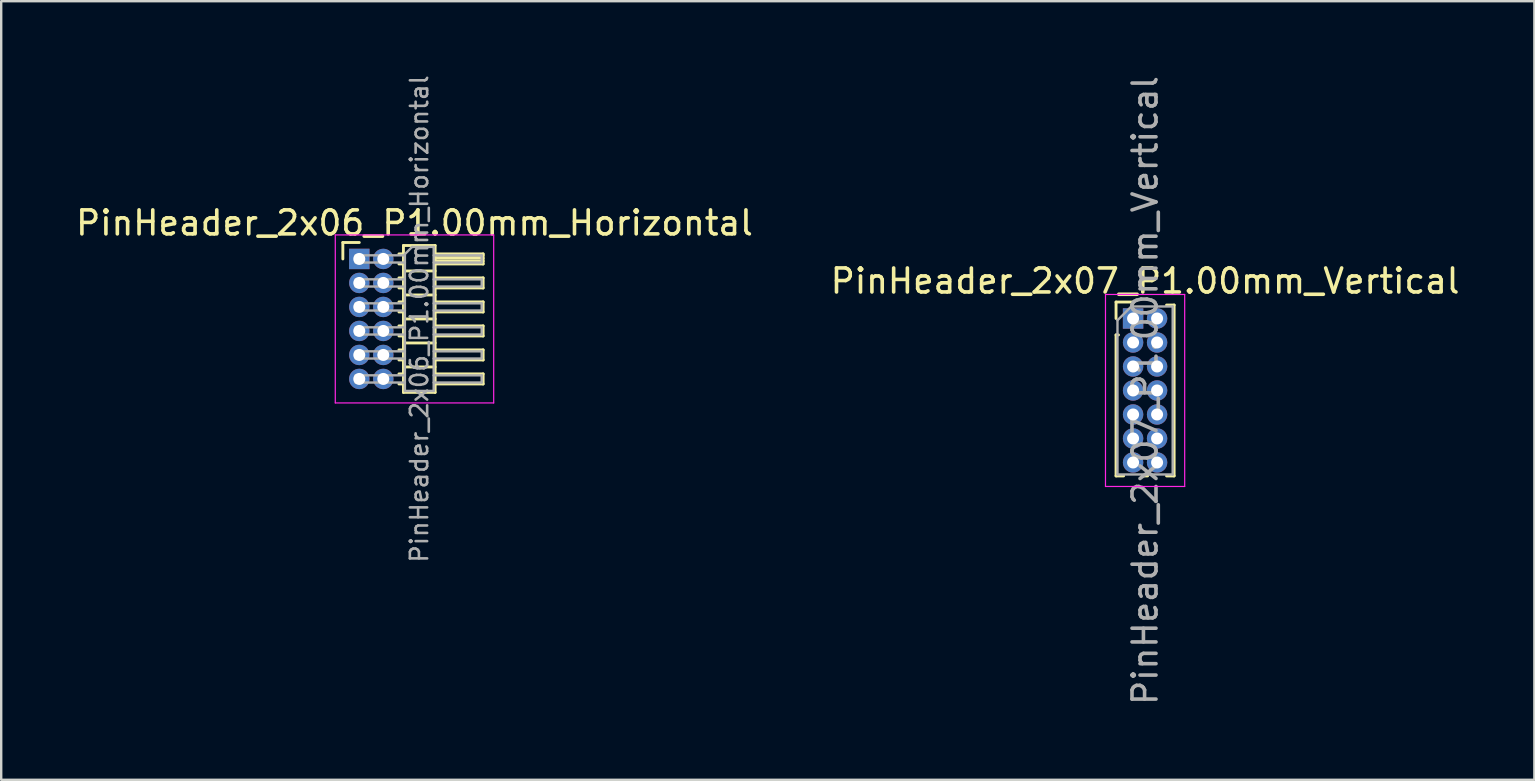
<source format=kicad_pcb>
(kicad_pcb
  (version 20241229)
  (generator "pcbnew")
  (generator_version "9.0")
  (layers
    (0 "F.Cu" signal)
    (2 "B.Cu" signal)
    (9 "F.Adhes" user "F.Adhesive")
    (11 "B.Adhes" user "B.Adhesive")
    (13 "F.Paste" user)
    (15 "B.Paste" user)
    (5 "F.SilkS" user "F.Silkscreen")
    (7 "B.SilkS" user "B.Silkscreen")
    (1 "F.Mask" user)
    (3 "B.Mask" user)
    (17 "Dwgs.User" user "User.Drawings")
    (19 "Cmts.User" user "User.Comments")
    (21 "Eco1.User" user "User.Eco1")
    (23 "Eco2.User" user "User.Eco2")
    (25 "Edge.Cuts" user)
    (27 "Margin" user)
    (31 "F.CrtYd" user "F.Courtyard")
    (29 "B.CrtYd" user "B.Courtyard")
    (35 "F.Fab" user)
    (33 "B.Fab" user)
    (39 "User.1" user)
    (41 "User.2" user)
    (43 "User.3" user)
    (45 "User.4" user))
  (footprint "PinHeader_2x06_P1.00mm_Horizontal"
    (layer "F.Cu")
    (at 11.92 7.739)
    (property "Reference" "PinHeader_2x06_P1.00mm_Horizontal" (at 2.3 -1.5 0) (layer "F.SilkS") (effects (font (size 1 1) (thickness 0.15))))
    (attr through_hole)
    (fp_line (start -0.685 -0.685) (end 0 -0.685) (stroke (width 0.12) (type solid)) (layer "F.SilkS"))
    (fp_line (start -0.685 0) (end -0.685 -0.685) (stroke (width 0.12) (type solid)) (layer "F.SilkS"))
    (fp_line (start 1.652 -0.21) (end 1.84 -0.21) (stroke (width 0.12) (type solid)) (layer "F.SilkS"))
    (fp_line (start 1.652 0.21) (end 1.84 0.21) (stroke (width 0.12) (type solid)) (layer "F.SilkS"))
    (fp_line (start 1.652 0.79) (end 1.84 0.79) (stroke (width 0.12) (type solid)) (layer "F.SilkS"))
    (fp_line (start 1.652 1.21) (end 1.84 1.21) (stroke (width 0.12) (type solid)) (layer "F.SilkS"))
    (fp_line (start 1.652 1.79) (end 1.84 1.79) (stroke (width 0.12) (type solid)) (layer "F.SilkS"))
    (fp_line (start 1.652 2.21) (end 1.84 2.21) (stroke (width 0.12) (type solid)) (layer "F.SilkS"))
    (fp_line (start 1.652 2.79) (end 1.84 2.79) (stroke (width 0.12) (type solid)) (layer "F.SilkS"))
    (fp_line (start 1.652 3.21) (end 1.84 3.21) (stroke (width 0.12) (type solid)) (layer "F.SilkS"))
    (fp_line (start 1.652 3.79) (end 1.84 3.79) (stroke (width 0.12) (type solid)) (layer "F.SilkS"))
    (fp_line (start 1.652 4.21) (end 1.84 4.21) (stroke (width 0.12) (type solid)) (layer "F.SilkS"))
    (fp_line (start 1.652 4.79) (end 1.84 4.79) (stroke (width 0.12) (type solid)) (layer "F.SilkS"))
    (fp_line (start 1.652 5.21) (end 1.84 5.21) (stroke (width 0.12) (type solid)) (layer "F.SilkS"))
    (fp_line (start 1.84 -0.56) (end 1.84 5.56) (stroke (width 0.12) (type solid)) (layer "F.SilkS"))
    (fp_line (start 1.84 0.5) (end 3.16 0.5) (stroke (width 0.12) (type solid)) (layer "F.SilkS"))
    (fp_line (start 1.84 1.5) (end 3.16 1.5) (stroke (width 0.12) (type solid)) (layer "F.SilkS"))
    (fp_line (start 1.84 2.5) (end 3.16 2.5) (stroke (width 0.12) (type solid)) (layer "F.SilkS"))
    (fp_line (start 1.84 3.5) (end 3.16 3.5) (stroke (width 0.12) (type solid)) (layer "F.SilkS"))
    (fp_line (start 1.84 4.5) (end 3.16 4.5) (stroke (width 0.12) (type solid)) (layer "F.SilkS"))
    (fp_line (start 1.84 5.56) (end 3.16 5.56) (stroke (width 0.12) (type solid)) (layer "F.SilkS"))
    (fp_line (start 3.16 -0.56) (end 1.84 -0.56) (stroke (width 0.12) (type solid)) (layer "F.SilkS"))
    (fp_line (start 3.16 -0.21) (end 5.16 -0.21) (stroke (width 0.12) (type solid)) (layer "F.SilkS"))
    (fp_line (start 3.16 -0.15) (end 5.16 -0.15) (stroke (width 0.12) (type solid)) (layer "F.SilkS"))
    (fp_line (start 3.16 -0.03) (end 5.16 -0.03) (stroke (width 0.12) (type solid)) (layer "F.SilkS"))
    (fp_line (start 3.16 0.09) (end 5.16 0.09) (stroke (width 0.12) (type solid)) (layer "F.SilkS"))
    (fp_line (start 3.16 0.79) (end 5.16 0.79) (stroke (width 0.12) (type solid)) (layer "F.SilkS"))
    (fp_line (start 3.16 1.79) (end 5.16 1.79) (stroke (width 0.12) (type solid)) (layer "F.SilkS"))
    (fp_line (start 3.16 2.79) (end 5.16 2.79) (stroke (width 0.12) (type solid)) (layer "F.SilkS"))
    (fp_line (start 3.16 3.79) (end 5.16 3.79) (stroke (width 0.12) (type solid)) (layer "F.SilkS"))
    (fp_line (start 3.16 4.79) (end 5.16 4.79) (stroke (width 0.12) (type solid)) (layer "F.SilkS"))
    (fp_line (start 3.16 5.56) (end 3.16 -0.56) (stroke (width 0.12) (type solid)) (layer "F.SilkS"))
    (fp_line (start 5.16 -0.21) (end 5.16 0.21) (stroke (width 0.12) (type solid)) (layer "F.SilkS"))
    (fp_line (start 5.16 0.21) (end 3.16 0.21) (stroke (width 0.12) (type solid)) (layer "F.SilkS"))
    (fp_line (start 5.16 0.79) (end 5.16 1.21) (stroke (width 0.12) (type solid)) (layer "F.SilkS"))
    (fp_line (start 5.16 1.21) (end 3.16 1.21) (stroke (width 0.12) (type solid)) (layer "F.SilkS"))
    (fp_line (start 5.16 1.79) (end 5.16 2.21) (stroke (width 0.12) (type solid)) (layer "F.SilkS"))
    (fp_line (start 5.16 2.21) (end 3.16 2.21) (stroke (width 0.12) (type solid)) (layer "F.SilkS"))
    (fp_line (start 5.16 2.79) (end 5.16 3.21) (stroke (width 0.12) (type solid)) (layer "F.SilkS"))
    (fp_line (start 5.16 3.21) (end 3.16 3.21) (stroke (width 0.12) (type solid)) (layer "F.SilkS"))
    (fp_line (start 5.16 3.79) (end 5.16 4.21) (stroke (width 0.12) (type solid)) (layer "F.SilkS"))
    (fp_line (start 5.16 4.21) (end 3.16 4.21) (stroke (width 0.12) (type solid)) (layer "F.SilkS"))
    (fp_line (start 5.16 4.79) (end 5.16 5.21) (stroke (width 0.12) (type solid)) (layer "F.SilkS"))
    (fp_line (start 5.16 5.21) (end 3.16 5.21) (stroke (width 0.12) (type solid)) (layer "F.SilkS"))
    (fp_line (start -1 -1) (end -1 6) (stroke (width 0.05) (type solid)) (layer "F.CrtYd"))
    (fp_line (start -1 6) (end 5.6 6) (stroke (width 0.05) (type solid)) (layer "F.CrtYd"))
    (fp_line (start 5.6 -1) (end -1 -1) (stroke (width 0.05) (type solid)) (layer "F.CrtYd"))
    (fp_line (start 5.6 6) (end 5.6 -1) (stroke (width 0.05) (type solid)) (layer "F.CrtYd"))
    (fp_line (start -0.15 -0.15) (end -0.15 0.15) (stroke (width 0.1) (type solid)) (layer "F.Fab"))
    (fp_line (start -0.15 -0.15) (end 1.9 -0.15) (stroke (width 0.1) (type solid)) (layer "F.Fab"))
    (fp_line (start -0.15 0.15) (end 1.9 0.15) (stroke (width 0.1) (type solid)) (layer "F.Fab"))
    (fp_line (start -0.15 0.85) (end -0.15 1.15) (stroke (width 0.1) (type solid)) (layer "F.Fab"))
    (fp_line (start -0.15 0.85) (end 1.9 0.85) (stroke (width 0.1) (type solid)) (layer "F.Fab"))
    (fp_line (start -0.15 1.15) (end 1.9 1.15) (stroke (width 0.1) (type solid)) (layer "F.Fab"))
    (fp_line (start -0.15 1.85) (end -0.15 2.15) (stroke (width 0.1) (type solid)) (layer "F.Fab"))
    (fp_line (start -0.15 1.85) (end 1.9 1.85) (stroke (width 0.1) (type solid)) (layer "F.Fab"))
    (fp_line (start -0.15 2.15) (end 1.9 2.15) (stroke (width 0.1) (type solid)) (layer "F.Fab"))
    (fp_line (start -0.15 2.85) (end -0.15 3.15) (stroke (width 0.1) (type solid)) (layer "F.Fab"))
    (fp_line (start -0.15 2.85) (end 1.9 2.85) (stroke (width 0.1) (type solid)) (layer "F.Fab"))
    (fp_line (start -0.15 3.15) (end 1.9 3.15) (stroke (width 0.1) (type solid)) (layer "F.Fab"))
    (fp_line (start -0.15 3.85) (end -0.15 4.15) (stroke (width 0.1) (type solid)) (layer "F.Fab"))
    (fp_line (start -0.15 3.85) (end 1.9 3.85) (stroke (width 0.1) (type solid)) (layer "F.Fab"))
    (fp_line (start -0.15 4.15) (end 1.9 4.15) (stroke (width 0.1) (type solid)) (layer "F.Fab"))
    (fp_line (start -0.15 4.85) (end -0.15 5.15) (stroke (width 0.1) (type solid)) (layer "F.Fab"))
    (fp_line (start -0.15 4.85) (end 1.9 4.85) (stroke (width 0.1) (type solid)) (layer "F.Fab"))
    (fp_line (start -0.15 5.15) (end 1.9 5.15) (stroke (width 0.1) (type solid)) (layer "F.Fab"))
    (fp_line (start 1.9 -0.2) (end 2.2 -0.5) (stroke (width 0.1) (type solid)) (layer "F.Fab"))
    (fp_line (start 1.9 5.5) (end 1.9 -0.2) (stroke (width 0.1) (type solid)) (layer "F.Fab"))
    (fp_line (start 2.2 -0.5) (end 3.1 -0.5) (stroke (width 0.1) (type solid)) (layer "F.Fab"))
    (fp_line (start 3.1 -0.5) (end 3.1 5.5) (stroke (width 0.1) (type solid)) (layer "F.Fab"))
    (fp_line (start 3.1 -0.15) (end 5.1 -0.15) (stroke (width 0.1) (type solid)) (layer "F.Fab"))
    (fp_line (start 3.1 0.15) (end 5.1 0.15) (stroke (width 0.1) (type solid)) (layer "F.Fab"))
    (fp_line (start 3.1 0.85) (end 5.1 0.85) (stroke (width 0.1) (type solid)) (layer "F.Fab"))
    (fp_line (start 3.1 1.15) (end 5.1 1.15) (stroke (width 0.1) (type solid)) (layer "F.Fab"))
    (fp_line (start 3.1 1.85) (end 5.1 1.85) (stroke (width 0.1) (type solid)) (layer "F.Fab"))
    (fp_line (start 3.1 2.15) (end 5.1 2.15) (stroke (width 0.1) (type solid)) (layer "F.Fab"))
    (fp_line (start 3.1 2.85) (end 5.1 2.85) (stroke (width 0.1) (type solid)) (layer "F.Fab"))
    (fp_line (start 3.1 3.15) (end 5.1 3.15) (stroke (width 0.1) (type solid)) (layer "F.Fab"))
    (fp_line (start 3.1 3.85) (end 5.1 3.85) (stroke (width 0.1) (type solid)) (layer "F.Fab"))
    (fp_line (start 3.1 4.15) (end 5.1 4.15) (stroke (width 0.1) (type solid)) (layer "F.Fab"))
    (fp_line (start 3.1 4.85) (end 5.1 4.85) (stroke (width 0.1) (type solid)) (layer "F.Fab"))
    (fp_line (start 3.1 5.15) (end 5.1 5.15) (stroke (width 0.1) (type solid)) (layer "F.Fab"))
    (fp_line (start 3.1 5.5) (end 1.9 5.5) (stroke (width 0.1) (type solid)) (layer "F.Fab"))
    (fp_line (start 5.1 -0.15) (end 5.1 0.15) (stroke (width 0.1) (type solid)) (layer "F.Fab"))
    (fp_line (start 5.1 0.85) (end 5.1 1.15) (stroke (width 0.1) (type solid)) (layer "F.Fab"))
    (fp_line (start 5.1 1.85) (end 5.1 2.15) (stroke (width 0.1) (type solid)) (layer "F.Fab"))
    (fp_line (start 5.1 2.85) (end 5.1 3.15) (stroke (width 0.1) (type solid)) (layer "F.Fab"))
    (fp_line (start 5.1 3.85) (end 5.1 4.15) (stroke (width 0.1) (type solid)) (layer "F.Fab"))
    (fp_line (start 5.1 4.85) (end 5.1 5.15) (stroke (width 0.1) (type solid)) (layer "F.Fab"))
    (fp_text user "${REFERENCE}" (at 2.5 2.5 90) (layer "F.Fab") (effects (font (size 0.72 0.72) (thickness 0.108))))
    (pad "1" thru_hole rect (at 0 0) (size 0.85 0.85) (drill 0.5) (layers "*.Cu" "*.Mask"))
    (pad "2" thru_hole oval (at 1 0) (size 0.85 0.85) (drill 0.5) (layers "*.Cu" "*.Mask"))
    (pad "3" thru_hole oval (at 0 1) (size 0.85 0.85) (drill 0.5) (layers "*.Cu" "*.Mask"))
    (pad "4" thru_hole oval (at 1 1) (size 0.85 0.85) (drill 0.5) (layers "*.Cu" "*.Mask"))
    (pad "5" thru_hole oval (at 0 2) (size 0.85 0.85) (drill 0.5) (layers "*.Cu" "*.Mask"))
    (pad "6" thru_hole oval (at 1 2) (size 0.85 0.85) (drill 0.5) (layers "*.Cu" "*.Mask"))
    (pad "7" thru_hole oval (at 0 3) (size 0.85 0.85) (drill 0.5) (layers "*.Cu" "*.Mask"))
    (pad "8" thru_hole oval (at 1 3) (size 0.85 0.85) (drill 0.5) (layers "*.Cu" "*.Mask"))
    (pad "9" thru_hole oval (at 0 4) (size 0.85 0.85) (drill 0.5) (layers "*.Cu" "*.Mask"))
    (pad "10" thru_hole oval (at 1 4) (size 0.85 0.85) (drill 0.5) (layers "*.Cu" "*.Mask"))
    (pad "11" thru_hole oval (at 0 5) (size 0.85 0.85) (drill 0.5) (layers "*.Cu" "*.Mask"))
    (pad "12" thru_hole oval (at 1 5) (size 0.85 0.85) (drill 0.5) (layers "*.Cu" "*.Mask")))
  (footprint "PinHeader_2x07_P1.00mm_Vertical"
    (layer "F.Cu")
    (at 44.161 10.22)
    (property "Reference" "PinHeader_2x07_P1.00mm_Vertical" (at 0.5 -1.56 0) (layer "F.SilkS") (effects (font (size 1 1) (thickness 0.15))))
    (attr through_hole)
    (fp_line (start -0.71 -0.685) (end 0 -0.685) (stroke (width 0.12) (type solid)) (layer "F.SilkS"))
    (fp_line (start -0.71 0) (end -0.71 -0.685) (stroke (width 0.12) (type solid)) (layer "F.SilkS"))
    (fp_line (start -0.71 0.685) (end -0.71 6.56) (stroke (width 0.12) (type solid)) (layer "F.SilkS"))
    (fp_line (start -0.71 0.685) (end -0.608 0.685) (stroke (width 0.12) (type solid)) (layer "F.SilkS"))
    (fp_line (start -0.71 6.56) (end -0.394 6.56) (stroke (width 0.12) (type solid)) (layer "F.SilkS"))
    (fp_line (start 0.394 6.56) (end 0.606 6.56) (stroke (width 0.12) (type solid)) (layer "F.SilkS"))
    (fp_line (start 1.394 -0.56) (end 1.71 -0.56) (stroke (width 0.12) (type solid)) (layer "F.SilkS"))
    (fp_line (start 1.394 6.56) (end 1.71 6.56) (stroke (width 0.12) (type solid)) (layer "F.SilkS"))
    (fp_line (start 1.71 -0.56) (end 1.71 6.56) (stroke (width 0.12) (type solid)) (layer "F.SilkS"))
    (fp_line (start -1.15 -1) (end -1.15 7) (stroke (width 0.05) (type solid)) (layer "F.CrtYd"))
    (fp_line (start -1.15 7) (end 2.15 7) (stroke (width 0.05) (type solid)) (layer "F.CrtYd"))
    (fp_line (start 2.15 -1) (end -1.15 -1) (stroke (width 0.05) (type solid)) (layer "F.CrtYd"))
    (fp_line (start 2.15 7) (end 2.15 -1) (stroke (width 0.05) (type solid)) (layer "F.CrtYd"))
    (fp_line (start -0.65 0.075) (end -0.075 -0.5) (stroke (width 0.1) (type solid)) (layer "F.Fab"))
    (fp_line (start -0.65 6.5) (end -0.65 0.075) (stroke (width 0.1) (type solid)) (layer "F.Fab"))
    (fp_line (start -0.075 -0.5) (end 1.65 -0.5) (stroke (width 0.1) (type solid)) (layer "F.Fab"))
    (fp_line (start 1.65 -0.5) (end 1.65 6.5) (stroke (width 0.1) (type solid)) (layer "F.Fab"))
    (fp_line (start 1.65 6.5) (end -0.65 6.5) (stroke (width 0.1) (type solid)) (layer "F.Fab"))
    (fp_text user "${REFERENCE}" (at 0.5 3 90) (layer "F.Fab") (effects (font (size 1 1) (thickness 0.15))))
    (pad "1" thru_hole rect (at 0 0) (size 0.85 0.85) (drill 0.5) (layers "*.Cu" "*.Mask"))
    (pad "2" thru_hole oval (at 1 0) (size 0.85 0.85) (drill 0.5) (layers "*.Cu" "*.Mask"))
    (pad "3" thru_hole oval (at 0 1) (size 0.85 0.85) (drill 0.5) (layers "*.Cu" "*.Mask"))
    (pad "4" thru_hole oval (at 1 1) (size 0.85 0.85) (drill 0.5) (layers "*.Cu" "*.Mask"))
    (pad "5" thru_hole oval (at 0 2) (size 0.85 0.85) (drill 0.5) (layers "*.Cu" "*.Mask"))
    (pad "6" thru_hole oval (at 1 2) (size 0.85 0.85) (drill 0.5) (layers "*.Cu" "*.Mask"))
    (pad "7" thru_hole oval (at 0 3) (size 0.85 0.85) (drill 0.5) (layers "*.Cu" "*.Mask"))
    (pad "8" thru_hole oval (at 1 3) (size 0.85 0.85) (drill 0.5) (layers "*.Cu" "*.Mask"))
    (pad "9" thru_hole oval (at 0 4) (size 0.85 0.85) (drill 0.5) (layers "*.Cu" "*.Mask"))
    (pad "10" thru_hole oval (at 1 4) (size 0.85 0.85) (drill 0.5) (layers "*.Cu" "*.Mask"))
    (pad "11" thru_hole oval (at 0 5) (size 0.85 0.85) (drill 0.5) (layers "*.Cu" "*.Mask"))
    (pad "12" thru_hole oval (at 1 5) (size 0.85 0.85) (drill 0.5) (layers "*.Cu" "*.Mask"))
    (pad "13" thru_hole oval (at 0 6) (size 0.85 0.85) (drill 0.5) (layers "*.Cu" "*.Mask"))
    (pad "14" thru_hole oval (at 1 6) (size 0.85 0.85) (drill 0.5) (layers "*.Cu" "*.Mask")))
  (gr_rect
    (start -3 -3)
    (end 60.881 29.44)
    (stroke (width 0.1) (type default))
    (fill no)
    (layer "Edge.Cuts")))
</source>
